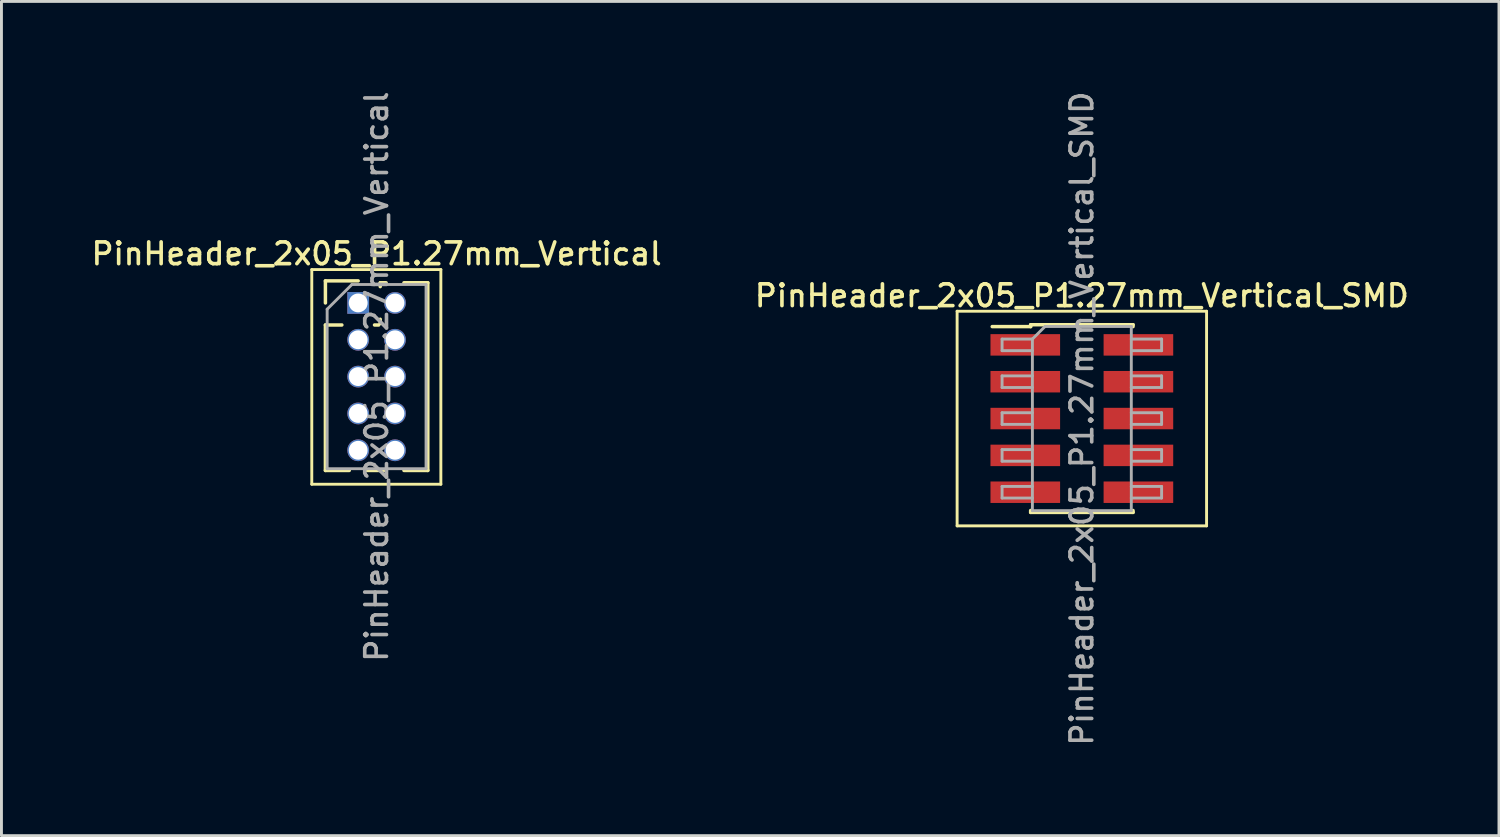
<source format=kicad_pcb>
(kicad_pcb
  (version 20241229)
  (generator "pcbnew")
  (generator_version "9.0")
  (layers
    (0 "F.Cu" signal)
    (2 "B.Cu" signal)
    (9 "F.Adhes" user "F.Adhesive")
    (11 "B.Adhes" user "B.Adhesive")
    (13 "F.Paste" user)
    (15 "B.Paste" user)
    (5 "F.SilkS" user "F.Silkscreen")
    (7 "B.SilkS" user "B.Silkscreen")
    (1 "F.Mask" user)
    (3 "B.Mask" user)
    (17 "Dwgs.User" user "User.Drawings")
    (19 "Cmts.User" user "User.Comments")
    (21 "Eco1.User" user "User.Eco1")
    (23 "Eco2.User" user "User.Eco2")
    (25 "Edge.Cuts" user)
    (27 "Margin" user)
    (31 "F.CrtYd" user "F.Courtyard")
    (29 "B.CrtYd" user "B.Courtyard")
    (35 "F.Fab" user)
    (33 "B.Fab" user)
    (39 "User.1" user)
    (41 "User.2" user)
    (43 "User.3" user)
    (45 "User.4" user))
  (footprint "PinHeader_2x05_P1.27mm_Vertical_SMD"
    (layer "F.Cu")
    (at 34.248 11.38)
    (property "Reference" "PinHeader_2x05_P1.27mm_Vertical_SMD" (at 0 -4.235 0) (layer "F.SilkS") (effects (font (size 0.75 0.75) (thickness 0.125))))
    (attr smd)
    (fp_line (start -4.3 -3.7) (end -4.3 3.7) (stroke (width 0.1) (type solid)) (layer "F.SilkS"))
    (fp_line (start -4.3 3.7) (end 4.3 3.7) (stroke (width 0.1) (type solid)) (layer "F.SilkS"))
    (fp_line (start -3.09 -3.17) (end -1.765 -3.17) (stroke (width 0.12) (type solid)) (layer "F.SilkS"))
    (fp_line (start -1.765 -3.235) (end -1.765 -3.17) (stroke (width 0.12) (type solid)) (layer "F.SilkS"))
    (fp_line (start -1.765 -3.235) (end 1.765 -3.235) (stroke (width 0.12) (type solid)) (layer "F.SilkS"))
    (fp_line (start -1.765 3.17) (end -1.765 3.235) (stroke (width 0.12) (type solid)) (layer "F.SilkS"))
    (fp_line (start -1.765 3.235) (end 1.765 3.235) (stroke (width 0.12) (type solid)) (layer "F.SilkS"))
    (fp_line (start 1.765 -3.235) (end 1.765 -3.17) (stroke (width 0.12) (type solid)) (layer "F.SilkS"))
    (fp_line (start 1.765 3.17) (end 1.765 3.235) (stroke (width 0.12) (type solid)) (layer "F.SilkS"))
    (fp_line (start 4.3 -3.7) (end -4.3 -3.7) (stroke (width 0.1) (type solid)) (layer "F.SilkS"))
    (fp_line (start 4.3 3.7) (end 4.3 -3.7) (stroke (width 0.1) (type solid)) (layer "F.SilkS"))
    (fp_line (start -2.75 -2.74) (end -2.75 -2.34) (stroke (width 0.1) (type solid)) (layer "F.Fab"))
    (fp_line (start -2.75 -2.34) (end -1.705 -2.34) (stroke (width 0.1) (type solid)) (layer "F.Fab"))
    (fp_line (start -2.75 -1.47) (end -2.75 -1.07) (stroke (width 0.1) (type solid)) (layer "F.Fab"))
    (fp_line (start -2.75 -1.07) (end -1.705 -1.07) (stroke (width 0.1) (type solid)) (layer "F.Fab"))
    (fp_line (start -2.75 -0.2) (end -2.75 0.2) (stroke (width 0.1) (type solid)) (layer "F.Fab"))
    (fp_line (start -2.75 0.2) (end -1.705 0.2) (stroke (width 0.1) (type solid)) (layer "F.Fab"))
    (fp_line (start -2.75 1.07) (end -2.75 1.47) (stroke (width 0.1) (type solid)) (layer "F.Fab"))
    (fp_line (start -2.75 1.47) (end -1.705 1.47) (stroke (width 0.1) (type solid)) (layer "F.Fab"))
    (fp_line (start -2.75 2.34) (end -2.75 2.74) (stroke (width 0.1) (type solid)) (layer "F.Fab"))
    (fp_line (start -2.75 2.74) (end -1.705 2.74) (stroke (width 0.1) (type solid)) (layer "F.Fab"))
    (fp_line (start -1.705 -2.74) (end -2.75 -2.74) (stroke (width 0.1) (type solid)) (layer "F.Fab"))
    (fp_line (start -1.705 -2.74) (end -1.27 -3.175) (stroke (width 0.1) (type solid)) (layer "F.Fab"))
    (fp_line (start -1.705 -1.47) (end -2.75 -1.47) (stroke (width 0.1) (type solid)) (layer "F.Fab"))
    (fp_line (start -1.705 -0.2) (end -2.75 -0.2) (stroke (width 0.1) (type solid)) (layer "F.Fab"))
    (fp_line (start -1.705 1.07) (end -2.75 1.07) (stroke (width 0.1) (type solid)) (layer "F.Fab"))
    (fp_line (start -1.705 2.34) (end -2.75 2.34) (stroke (width 0.1) (type solid)) (layer "F.Fab"))
    (fp_line (start -1.705 3.175) (end -1.705 -2.74) (stroke (width 0.1) (type solid)) (layer "F.Fab"))
    (fp_line (start -1.27 -3.175) (end 1.705 -3.175) (stroke (width 0.1) (type solid)) (layer "F.Fab"))
    (fp_line (start 1.705 -3.175) (end 1.705 3.175) (stroke (width 0.1) (type solid)) (layer "F.Fab"))
    (fp_line (start 1.705 -2.74) (end 2.75 -2.74) (stroke (width 0.1) (type solid)) (layer "F.Fab"))
    (fp_line (start 1.705 -1.47) (end 2.75 -1.47) (stroke (width 0.1) (type solid)) (layer "F.Fab"))
    (fp_line (start 1.705 -0.2) (end 2.75 -0.2) (stroke (width 0.1) (type solid)) (layer "F.Fab"))
    (fp_line (start 1.705 1.07) (end 2.75 1.07) (stroke (width 0.1) (type solid)) (layer "F.Fab"))
    (fp_line (start 1.705 2.34) (end 2.75 2.34) (stroke (width 0.1) (type solid)) (layer "F.Fab"))
    (fp_line (start 1.705 3.175) (end -1.705 3.175) (stroke (width 0.1) (type solid)) (layer "F.Fab"))
    (fp_line (start 2.75 -2.74) (end 2.75 -2.34) (stroke (width 0.1) (type solid)) (layer "F.Fab"))
    (fp_line (start 2.75 -2.34) (end 1.705 -2.34) (stroke (width 0.1) (type solid)) (layer "F.Fab"))
    (fp_line (start 2.75 -1.47) (end 2.75 -1.07) (stroke (width 0.1) (type solid)) (layer "F.Fab"))
    (fp_line (start 2.75 -1.07) (end 1.705 -1.07) (stroke (width 0.1) (type solid)) (layer "F.Fab"))
    (fp_line (start 2.75 -0.2) (end 2.75 0.2) (stroke (width 0.1) (type solid)) (layer "F.Fab"))
    (fp_line (start 2.75 0.2) (end 1.705 0.2) (stroke (width 0.1) (type solid)) (layer "F.Fab"))
    (fp_line (start 2.75 1.07) (end 2.75 1.47) (stroke (width 0.1) (type solid)) (layer "F.Fab"))
    (fp_line (start 2.75 1.47) (end 1.705 1.47) (stroke (width 0.1) (type solid)) (layer "F.Fab"))
    (fp_line (start 2.75 2.34) (end 2.75 2.74) (stroke (width 0.1) (type solid)) (layer "F.Fab"))
    (fp_line (start 2.75 2.74) (end 1.705 2.74) (stroke (width 0.1) (type solid)) (layer "F.Fab"))
    (fp_text user "${REFERENCE}" (at 0 0 90) (layer "F.Fab") (effects (font (size 0.75 0.75) (thickness 0.125))))
    (pad "1" smd rect (at -1.95 -2.54) (size 2.4 0.74) (layers "F.Cu" "F.Mask" "F.Paste"))
    (pad "2" smd rect (at 1.95 -2.54) (size 2.4 0.74) (layers "F.Cu" "F.Mask" "F.Paste"))
    (pad "3" smd rect (at -1.95 -1.27) (size 2.4 0.74) (layers "F.Cu" "F.Mask" "F.Paste"))
    (pad "4" smd rect (at 1.95 -1.27) (size 2.4 0.74) (layers "F.Cu" "F.Mask" "F.Paste"))
    (pad "5" smd rect (at -1.95 0) (size 2.4 0.74) (layers "F.Cu" "F.Mask" "F.Paste"))
    (pad "6" smd rect (at 1.95 0) (size 2.4 0.74) (layers "F.Cu" "F.Mask" "F.Paste"))
    (pad "7" smd rect (at -1.95 1.27) (size 2.4 0.74) (layers "F.Cu" "F.Mask" "F.Paste"))
    (pad "8" smd rect (at 1.95 1.27) (size 2.4 0.74) (layers "F.Cu" "F.Mask" "F.Paste"))
    (pad "9" smd rect (at -1.95 2.54) (size 2.4 0.74) (layers "F.Cu" "F.Mask" "F.Paste"))
    (pad "10" smd rect (at 1.95 2.54) (size 2.4 0.74) (layers "F.Cu" "F.Mask" "F.Paste")))
  (footprint "PinHeader_2x05_P1.27mm_Vertical"
    (layer "F.Cu")
    (at 9.299 7.394)
    (property "Reference" "PinHeader_2x05_P1.27mm_Vertical" (at 0.635 -1.695 0) (layer "F.SilkS") (effects (font (size 0.75 0.75) (thickness 0.125))))
    (attr through_hole)
    (fp_line (start -1.6 -1.15) (end -1.6 6.25) (stroke (width 0.1) (type solid)) (layer "F.SilkS"))
    (fp_line (start -1.6 6.25) (end 2.85 6.25) (stroke (width 0.1) (type solid)) (layer "F.SilkS"))
    (fp_line (start -1.13 -0.76) (end 0 -0.76) (stroke (width 0.12) (type solid)) (layer "F.SilkS"))
    (fp_line (start -1.13 0) (end -1.13 -0.76) (stroke (width 0.12) (type solid)) (layer "F.SilkS"))
    (fp_line (start -1.13 0.76) (end -1.13 5.775) (stroke (width 0.12) (type solid)) (layer "F.SilkS"))
    (fp_line (start -1.13 0.76) (end -0.563 0.76) (stroke (width 0.12) (type solid)) (layer "F.SilkS"))
    (fp_line (start -1.13 5.775) (end -0.308 5.775) (stroke (width 0.12) (type solid)) (layer "F.SilkS"))
    (fp_line (start 0.308 5.775) (end 0.962 5.775) (stroke (width 0.12) (type solid)) (layer "F.SilkS"))
    (fp_line (start 0.563 0.76) (end 0.707 0.76) (stroke (width 0.12) (type solid)) (layer "F.SilkS"))
    (fp_line (start 0.76 -0.695) (end 0.962 -0.695) (stroke (width 0.12) (type solid)) (layer "F.SilkS"))
    (fp_line (start 0.76 -0.563) (end 0.76 -0.695) (stroke (width 0.12) (type solid)) (layer "F.SilkS"))
    (fp_line (start 0.76 0.707) (end 0.76 0.563) (stroke (width 0.12) (type solid)) (layer "F.SilkS"))
    (fp_line (start 1.578 -0.695) (end 2.4 -0.695) (stroke (width 0.12) (type solid)) (layer "F.SilkS"))
    (fp_line (start 1.578 5.775) (end 2.4 5.775) (stroke (width 0.12) (type solid)) (layer "F.SilkS"))
    (fp_line (start 2.4 -0.695) (end 2.4 5.775) (stroke (width 0.12) (type solid)) (layer "F.SilkS"))
    (fp_line (start 2.85 -1.15) (end -1.6 -1.15) (stroke (width 0.1) (type solid)) (layer "F.SilkS"))
    (fp_line (start 2.85 6.25) (end 2.85 -1.15) (stroke (width 0.1) (type solid)) (layer "F.SilkS"))
    (fp_line (start -1.07 0.217) (end -0.217 -0.635) (stroke (width 0.1) (type solid)) (layer "F.Fab"))
    (fp_line (start -1.07 5.715) (end -1.07 0.217) (stroke (width 0.1) (type solid)) (layer "F.Fab"))
    (fp_line (start -0.217 -0.635) (end 2.34 -0.635) (stroke (width 0.1) (type solid)) (layer "F.Fab"))
    (fp_line (start 2.34 -0.635) (end 2.34 5.715) (stroke (width 0.1) (type solid)) (layer "F.Fab"))
    (fp_line (start 2.34 5.715) (end -1.07 5.715) (stroke (width 0.1) (type solid)) (layer "F.Fab"))
    (fp_text user "${REFERENCE}" (at 0.635 2.54 90) (layer "F.Fab") (effects (font (size 0.75 0.75) (thickness 0.125))))
    (pad "1" thru_hole rect (at 0 0) (size 0.75 0.75) (drill 0.65) (layers "*.Cu" "*.Mask"))
    (pad "2" thru_hole oval (at 1.27 0) (size 0.75 0.75) (drill 0.65) (layers "*.Cu" "*.Mask"))
    (pad "3" thru_hole oval (at 0 1.27) (size 0.75 0.75) (drill 0.65) (layers "*.Cu" "*.Mask"))
    (pad "4" thru_hole oval (at 1.27 1.27) (size 0.75 0.75) (drill 0.65) (layers "*.Cu" "*.Mask"))
    (pad "5" thru_hole oval (at 0 2.54) (size 0.75 0.75) (drill 0.65) (layers "*.Cu" "*.Mask"))
    (pad "6" thru_hole oval (at 1.27 2.54) (size 0.75 0.75) (drill 0.65) (layers "*.Cu" "*.Mask"))
    (pad "7" thru_hole oval (at 0 3.81) (size 0.75 0.75) (drill 0.65) (layers "*.Cu" "*.Mask"))
    (pad "8" thru_hole oval (at 1.27 3.81) (size 0.75 0.75) (drill 0.65) (layers "*.Cu" "*.Mask"))
    (pad "9" thru_hole oval (at 0 5.08) (size 0.75 0.75) (drill 0.65) (layers "*.Cu" "*.Mask"))
    (pad "10" thru_hole oval (at 1.27 5.08) (size 0.75 0.75) (drill 0.65) (layers "*.Cu" "*.Mask")))
  (gr_rect
    (start -3 -3)
    (end 48.629 25.761)
    (stroke (width 0.1) (type default))
    (fill no)
    (layer "Edge.Cuts")))
</source>
